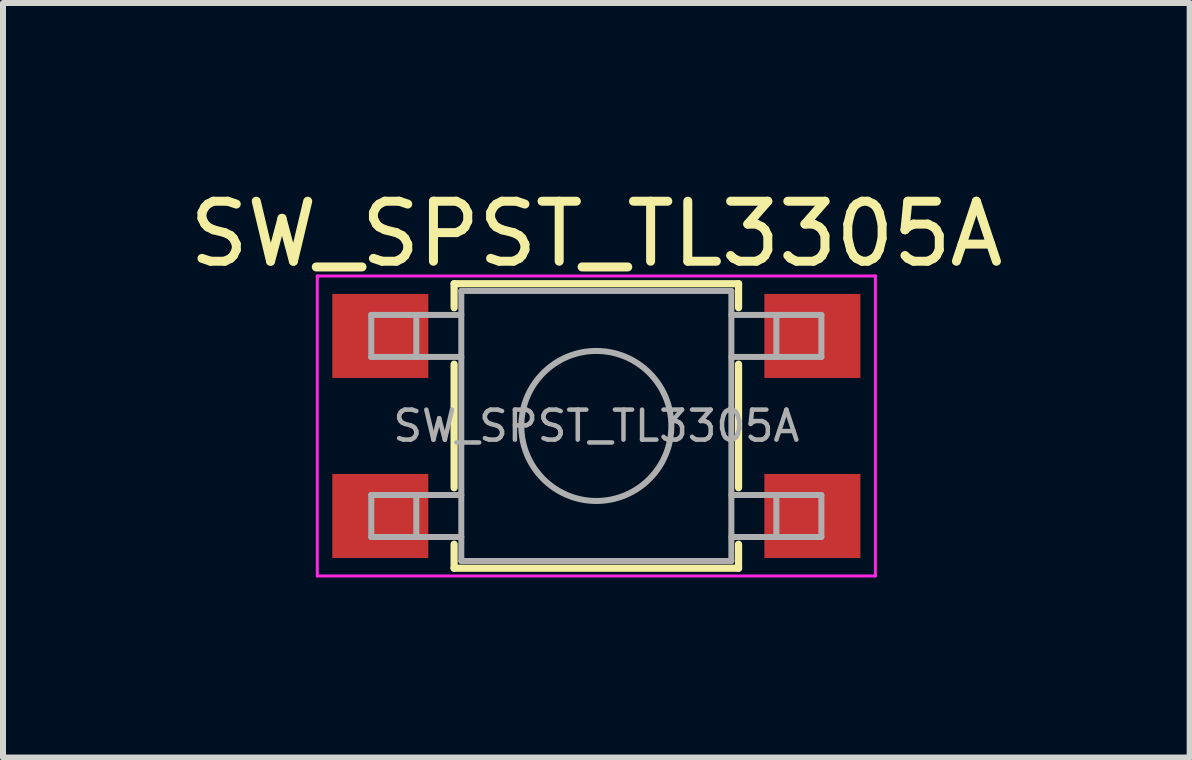
<source format=kicad_pcb>
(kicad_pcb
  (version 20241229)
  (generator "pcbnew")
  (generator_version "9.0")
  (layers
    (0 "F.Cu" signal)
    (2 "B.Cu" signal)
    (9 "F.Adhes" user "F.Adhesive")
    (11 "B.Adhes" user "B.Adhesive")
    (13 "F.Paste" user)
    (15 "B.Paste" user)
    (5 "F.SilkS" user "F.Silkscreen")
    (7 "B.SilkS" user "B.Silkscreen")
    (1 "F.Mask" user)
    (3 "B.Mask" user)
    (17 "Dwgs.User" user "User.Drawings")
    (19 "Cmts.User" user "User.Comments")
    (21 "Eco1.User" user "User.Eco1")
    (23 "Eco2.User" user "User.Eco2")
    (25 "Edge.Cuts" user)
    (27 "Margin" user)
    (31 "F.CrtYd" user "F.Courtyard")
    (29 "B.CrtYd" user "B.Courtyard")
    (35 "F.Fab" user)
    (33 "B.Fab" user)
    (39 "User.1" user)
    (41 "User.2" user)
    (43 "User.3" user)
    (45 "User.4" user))
  (footprint "SW_SPST_TL3305A"
    (layer "F.Cu")
    (at 6.887 4.048)
    (property "Reference" "SW_SPST_TL3305A" (at 0 -3.2 0) (layer "F.SilkS") (effects (font (size 1 1) (thickness 0.15))))
    (attr smd)
    (fp_line (start -2.37 -2.37) (end -2.37 -1.97) (stroke (width 0.12) (type solid)) (layer "F.SilkS"))
    (fp_line (start -2.37 -2.37) (end 2.37 -2.37) (stroke (width 0.12) (type solid)) (layer "F.SilkS"))
    (fp_line (start -2.37 1.03) (end -2.37 -1.03) (stroke (width 0.12) (type solid)) (layer "F.SilkS"))
    (fp_line (start -2.37 2.37) (end -2.37 1.97) (stroke (width 0.12) (type solid)) (layer "F.SilkS"))
    (fp_line (start -2.37 2.37) (end 2.37 2.37) (stroke (width 0.12) (type solid)) (layer "F.SilkS"))
    (fp_line (start 2.37 -2.37) (end 2.37 -1.97) (stroke (width 0.12) (type solid)) (layer "F.SilkS"))
    (fp_line (start 2.37 1.03) (end 2.37 -1.03) (stroke (width 0.12) (type solid)) (layer "F.SilkS"))
    (fp_line (start 2.37 2.37) (end 2.37 1.97) (stroke (width 0.12) (type solid)) (layer "F.SilkS"))
    (fp_line (start -4.65 -2.5) (end 4.65 -2.5) (stroke (width 0.05) (type solid)) (layer "F.CrtYd"))
    (fp_line (start -4.65 2.5) (end -4.65 -2.5) (stroke (width 0.05) (type solid)) (layer "F.CrtYd"))
    (fp_line (start 4.65 -2.5) (end 4.65 2.5) (stroke (width 0.05) (type solid)) (layer "F.CrtYd"))
    (fp_line (start 4.65 2.5) (end -4.65 2.5) (stroke (width 0.05) (type solid)) (layer "F.CrtYd"))
    (fp_line (start -3.75 -1.85) (end -3.75 -1.15) (stroke (width 0.1) (type solid)) (layer "F.Fab"))
    (fp_line (start -3.75 -1.15) (end -2.25 -1.15) (stroke (width 0.1) (type solid)) (layer "F.Fab"))
    (fp_line (start -3.75 1.15) (end -3.75 1.85) (stroke (width 0.1) (type solid)) (layer "F.Fab"))
    (fp_line (start -3.75 1.85) (end -2.25 1.85) (stroke (width 0.1) (type solid)) (layer "F.Fab"))
    (fp_line (start -3 -1.85) (end -3 -1.15) (stroke (width 0.1) (type solid)) (layer "F.Fab"))
    (fp_line (start -3 1.15) (end -3 1.85) (stroke (width 0.1) (type solid)) (layer "F.Fab"))
    (fp_line (start -2.25 -2.25) (end 2.25 -2.25) (stroke (width 0.1) (type solid)) (layer "F.Fab"))
    (fp_line (start -2.25 -1.85) (end -3.75 -1.85) (stroke (width 0.1) (type solid)) (layer "F.Fab"))
    (fp_line (start -2.25 1.15) (end -3.75 1.15) (stroke (width 0.1) (type solid)) (layer "F.Fab"))
    (fp_line (start -2.25 2.25) (end -2.25 -2.25) (stroke (width 0.1) (type solid)) (layer "F.Fab"))
    (fp_line (start 2.25 -2.25) (end 2.25 2.25) (stroke (width 0.1) (type solid)) (layer "F.Fab"))
    (fp_line (start 2.25 -1.15) (end 3.75 -1.15) (stroke (width 0.1) (type solid)) (layer "F.Fab"))
    (fp_line (start 2.25 1.15) (end 3.75 1.15) (stroke (width 0.1) (type solid)) (layer "F.Fab"))
    (fp_line (start 2.25 2.25) (end -2.25 2.25) (stroke (width 0.1) (type solid)) (layer "F.Fab"))
    (fp_line (start 3 -1.85) (end 3 -1.15) (stroke (width 0.1) (type solid)) (layer "F.Fab"))
    (fp_line (start 3 1.15) (end 3 1.85) (stroke (width 0.1) (type solid)) (layer "F.Fab"))
    (fp_line (start 3.75 -1.85) (end 2.25 -1.85) (stroke (width 0.1) (type solid)) (layer "F.Fab"))
    (fp_line (start 3.75 -1.15) (end 3.75 -1.85) (stroke (width 0.1) (type solid)) (layer "F.Fab"))
    (fp_line (start 3.75 1.15) (end 3.75 1.85) (stroke (width 0.1) (type solid)) (layer "F.Fab"))
    (fp_line (start 3.75 1.85) (end 2.25 1.85) (stroke (width 0.1) (type solid)) (layer "F.Fab"))
    (fp_circle (center 0 0) (end 1.25 0) (stroke (width 0.1) (type solid)) (fill no) (layer "F.Fab"))
    (fp_text user "${REFERENCE}" (at 0 0 0) (layer "F.Fab") (effects (font (size 0.5 0.5) (thickness 0.075))))
    (pad "1" smd rect (at -3.6 1.5) (size 1.6 1.4) (layers "F.Cu" "F.Mask" "F.Paste"))
    (pad "2" smd rect (at 3.6 1.5) (size 1.6 1.4) (layers "F.Cu" "F.Mask" "F.Paste"))
    (pad "3" smd rect (at -3.6 -1.5) (size 1.6 1.4) (layers "F.Cu" "F.Mask" "F.Paste"))
    (pad "4" smd rect (at 3.6 -1.5) (size 1.6 1.4) (layers "F.Cu" "F.Mask" "F.Paste")))
  (gr_rect
    (start -3 -3)
    (end 16.774 9.573)
    (stroke (width 0.1) (type default))
    (fill no)
    (layer "Edge.Cuts")))
</source>
